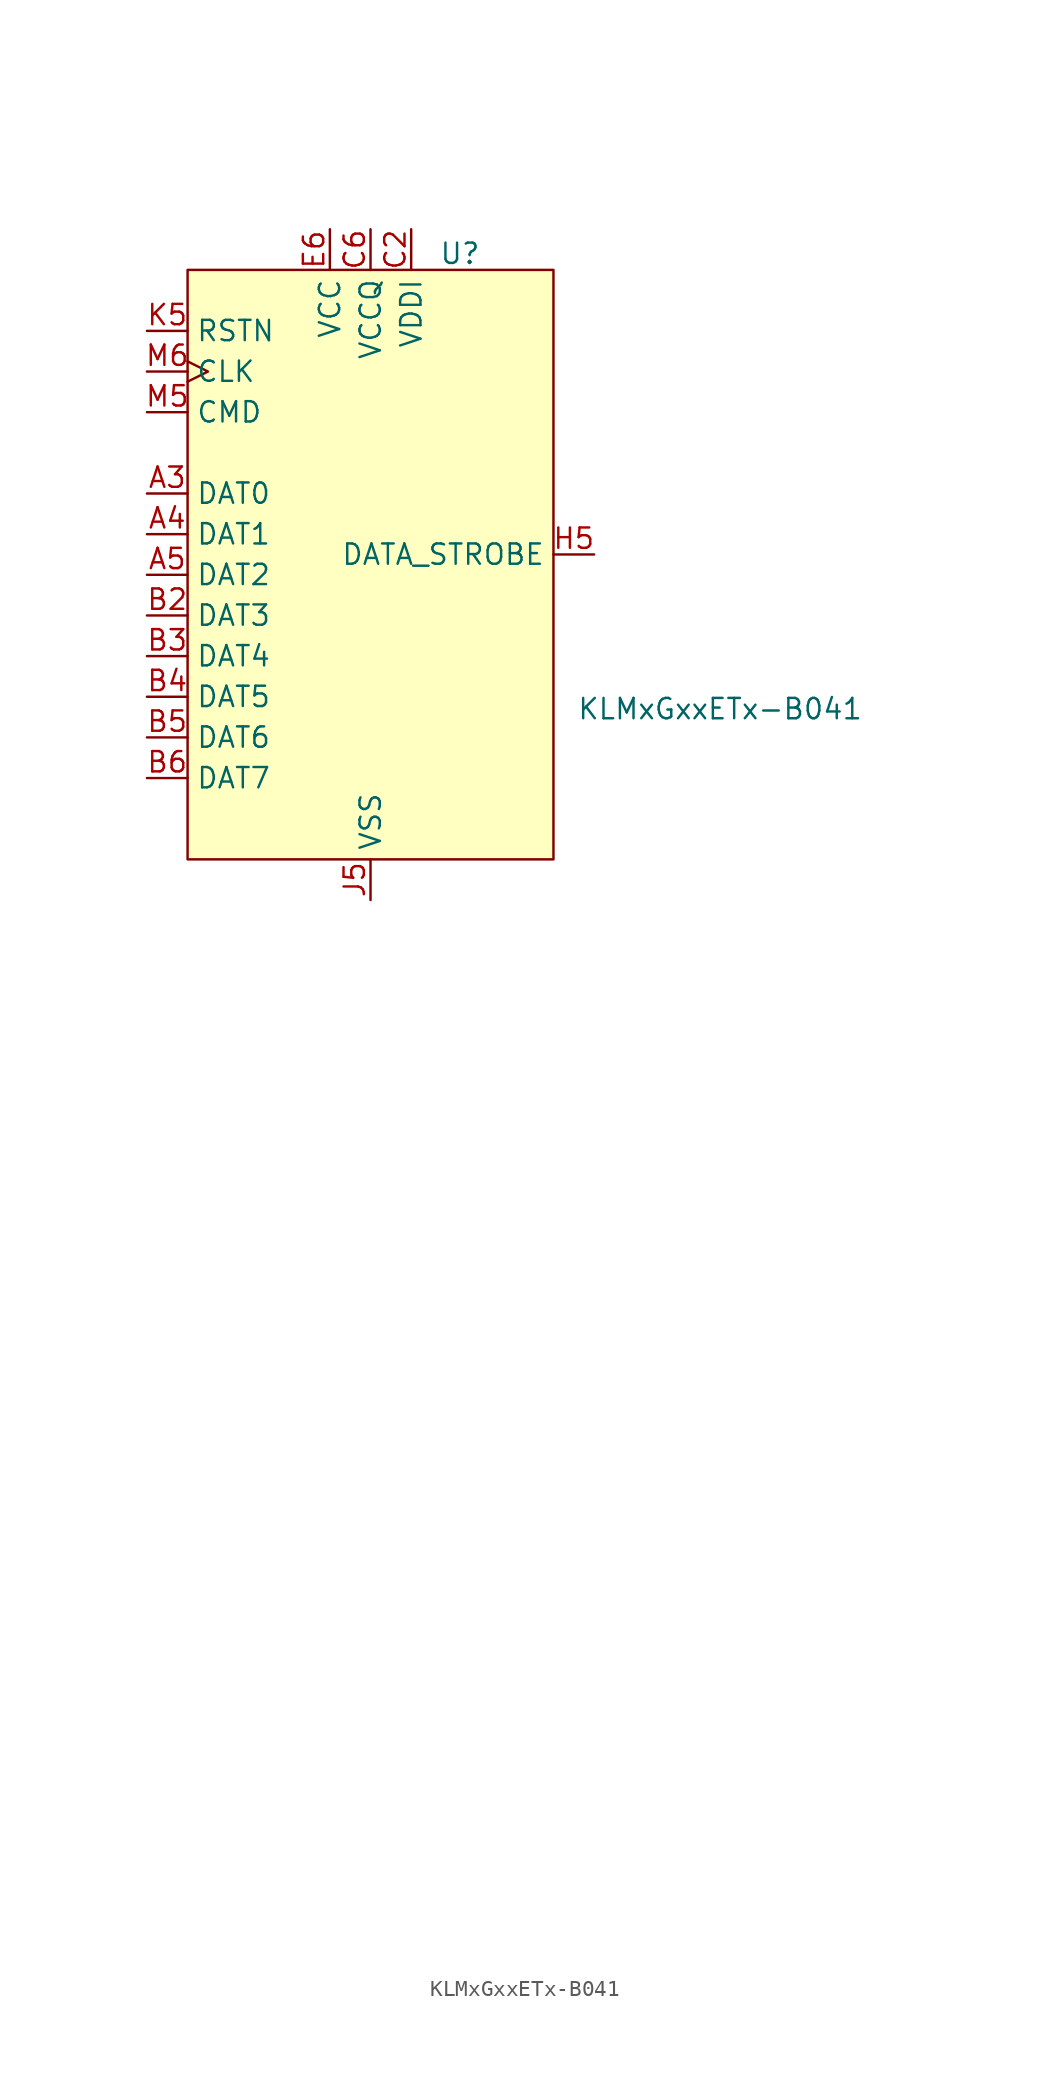
<source format=kicad_sym>
(kicad_symbol_lib
  (version 20231120)
  (generator "kicad_symbol_editor")
  (generator_version "8.0")
  (symbol "KLMxGxxETx-B041"
    (property "Reference" "U"
      (at 5.588 18.796 0)
      (effects (font (size 1.27 1.27))))
    (property "Value" "KLMxGxxETx-B041"
      (at 21.844 -9.652 0)
      (effects (font (size 1.27 1.27))))
    (symbol "KLMxGxxETx-B041_0_0"
      (pin bidirectional line (at -13.97 3.81 0) (length 2.54) (name "DAT0" (effects (font (size 1.27 1.27)))) (number "A3" (effects (font (size 1.27 1.27)))))
      (pin bidirectional line (at -13.97 1.27 0) (length 2.54) (name "DAT1" (effects (font (size 1.27 1.27)))) (number "A4" (effects (font (size 1.27 1.27)))))
      (pin bidirectional line (at -13.97 -1.27 0) (length 2.54) (name "DAT2" (effects (font (size 1.27 1.27)))) (number "A5" (effects (font (size 1.27 1.27)))))
      (pin bidirectional line (at -13.97 -3.81 0) (length 2.54) (name "DAT3" (effects (font (size 1.27 1.27)))) (number "B2" (effects (font (size 1.27 1.27)))))
      (pin bidirectional line (at -13.97 -6.35 0) (length 2.54) (name "DAT4" (effects (font (size 1.27 1.27)))) (number "B3" (effects (font (size 1.27 1.27)))))
      (pin bidirectional line (at -13.97 -8.89 0) (length 2.54) (name "DAT5" (effects (font (size 1.27 1.27)))) (number "B4" (effects (font (size 1.27 1.27)))))
      (pin bidirectional line (at -13.97 -11.43 0) (length 2.54) (name "DAT6" (effects (font (size 1.27 1.27)))) (number "B5" (effects (font (size 1.27 1.27)))))
      (pin bidirectional line (at -13.97 -13.97 0) (length 2.54) (name "DAT7" (effects (font (size 1.27 1.27)))) (number "B6" (effects (font (size 1.27 1.27)))))
      (pin power_in line (at 2.54 20.32 270) (length 2.54) (name "VDDI" (effects (font (size 1.27 1.27)))) (number "C2" (effects (font (size 1.27 1.27)))))
      (pin power_in line (at 0 20.32 270) (length 2.54) (name "VCCQ" (effects (font (size 1.27 1.27)))) (number "C6" (effects (font (size 1.27 1.27)))))
      (pin power_in line (at -2.54 20.32 270) (length 2.54) (name "VCC" (effects (font (size 1.27 1.27)))) (number "E6" (effects (font (size 1.27 1.27)))))
      (pin output line (at 13.97 0 180) (length 2.54) (name "DATA_STROBE" (effects (font (size 1.27 1.27)))) (number "H5" (effects (font (size 1.27 1.27)))))
      (pin power_in line (at 0 -21.59 90) (length 2.54) (name "VSS" (effects (font (size 1.27 1.27)))) (number "J5" (effects (font (size 1.27 1.27)))))
      (pin bidirectional line (at -13.97 13.97 0) (length 2.54) (name "RSTN" (effects (font (size 1.27 1.27)))) (number "K5" (effects (font (size 1.27 1.27)))))
      (pin bidirectional line (at -13.97 8.89 0) (length 2.54) (name "CMD" (effects (font (size 1.27 1.27)))) (number "M5" (effects (font (size 1.27 1.27)))))
      (pin input clock (at -13.97 11.43 0) (length 2.54) (name "CLK" (effects (font (size 1.27 1.27)))) (number "M6" (effects (font (size 1.27 1.27))))))
    (symbol "KLMxGxxETx-B041_1_0"
      (pin no_connect non_logic (at 0 -29.21 90) (length 2.54) hide (name "" (effects (font (size 1.27 1.27)))) (number "A1" (effects (font (size 1.27 1.27)))))
      (pin no_connect non_logic (at 0 -63.5 90) (length 2.54) hide (name "" (effects (font (size 1.27 1.27)))) (number "A10" (effects (font (size 1.27 1.27)))))
      (pin no_connect non_logic (at 0 -67.31 90) (length 2.54) hide (name "" (effects (font (size 1.27 1.27)))) (number "A11" (effects (font (size 1.27 1.27)))))
      (pin no_connect non_logic (at 0 -74.93 90) (length 2.54) hide (name "" (effects (font (size 1.27 1.27)))) (number "A12" (effects (font (size 1.27 1.27)))))
      (pin no_connect non_logic (at 0 -71.12 90) (length 2.54) hide (name "" (effects (font (size 1.27 1.27)))) (number "A13" (effects (font (size 1.27 1.27)))))
      (pin no_connect non_logic (at 0 -78.74 90) (length 2.54) hide (name "" (effects (font (size 1.27 1.27)))) (number "A14" (effects (font (size 1.27 1.27)))))
      (pin no_connect non_logic (at 0 -33.02 90) (length 2.54) hide (name "" (effects (font (size 1.27 1.27)))) (number "A2" (effects (font (size 1.27 1.27)))))
      (pin power_in line (at 0 -21.59 90) (length 2.54) hide (name "VSS" (effects (font (size 1.27 1.27)))) (number "A6" (effects (font (size 1.27 1.27)))))
      (pin free non_logic (at 0 -52.07 90) (length 2.54) hide (name "" (effects (font (size 1.27 1.27)))) (number "A7" (effects (font (size 1.27 1.27)))))
      (pin no_connect non_logic (at 0 -55.88 90) (length 2.54) hide (name "" (effects (font (size 1.27 1.27)))) (number "A8" (effects (font (size 1.27 1.27)))))
      (pin no_connect non_logic (at 0 -59.69 90) (length 2.54) hide (name "" (effects (font (size 1.27 1.27)))) (number "A9" (effects (font (size 1.27 1.27)))))
      (pin no_connect non_logic (at 2.54 -29.21 90) (length 2.54) hide (name "" (effects (font (size 1.27 1.27)))) (number "B1" (effects (font (size 1.27 1.27)))))
      (pin no_connect non_logic (at 2.54 -63.5 90) (length 2.54) hide (name "" (effects (font (size 1.27 1.27)))) (number "B10" (effects (font (size 1.27 1.27)))))
      (pin no_connect non_logic (at 2.54 -67.31 90) (length 2.54) hide (name "" (effects (font (size 1.27 1.27)))) (number "B11" (effects (font (size 1.27 1.27)))))
      (pin no_connect non_logic (at 2.54 -78.74 90) (length 2.54) hide (name "" (effects (font (size 1.27 1.27)))) (number "B12" (effects (font (size 1.27 1.27)))))
      (pin no_connect non_logic (at 2.54 -74.93 90) (length 2.54) hide (name "" (effects (font (size 1.27 1.27)))) (number "B13" (effects (font (size 1.27 1.27)))))
      (pin no_connect non_logic (at 2.54 -71.12 90) (length 2.54) hide (name "" (effects (font (size 1.27 1.27)))) (number "B14" (effects (font (size 1.27 1.27)))))
      (pin no_connect non_logic (at 2.54 -52.07 90) (length 2.54) hide (name "" (effects (font (size 1.27 1.27)))) (number "B7" (effects (font (size 1.27 1.27)))))
      (pin no_connect non_logic (at 2.54 -55.88 90) (length 2.54) hide (name "" (effects (font (size 1.27 1.27)))) (number "B8" (effects (font (size 1.27 1.27)))))
      (pin no_connect non_logic (at 2.54 -59.69 90) (length 2.54) hide (name "" (effects (font (size 1.27 1.27)))) (number "B9" (effects (font (size 1.27 1.27)))))
      (pin no_connect non_logic (at 5.08 -29.21 90) (length 2.54) hide (name "" (effects (font (size 1.27 1.27)))) (number "C1" (effects (font (size 1.27 1.27)))))
      (pin no_connect non_logic (at 5.08 -63.5 90) (length 2.54) hide (name "" (effects (font (size 1.27 1.27)))) (number "C10" (effects (font (size 1.27 1.27)))))
      (pin no_connect non_logic (at 5.08 -67.31 90) (length 2.54) hide (name "" (effects (font (size 1.27 1.27)))) (number "C11" (effects (font (size 1.27 1.27)))))
      (pin no_connect non_logic (at 5.08 -71.12 90) (length 2.54) hide (name "" (effects (font (size 1.27 1.27)))) (number "C12" (effects (font (size 1.27 1.27)))))
      (pin no_connect non_logic (at 5.08 -78.74 90) (length 2.54) hide (name "" (effects (font (size 1.27 1.27)))) (number "C13" (effects (font (size 1.27 1.27)))))
      (pin no_connect non_logic (at 5.08 -74.93 90) (length 2.54) hide (name "" (effects (font (size 1.27 1.27)))) (number "C14" (effects (font (size 1.27 1.27)))))
      (pin no_connect non_logic (at 5.08 -36.83 90) (length 2.54) hide (name "" (effects (font (size 1.27 1.27)))) (number "C3" (effects (font (size 1.27 1.27)))))
      (pin power_in line (at 0 -21.59 90) (length 2.54) hide (name "VSS" (effects (font (size 1.27 1.27)))) (number "C4" (effects (font (size 1.27 1.27)))))
      (pin no_connect non_logic (at 5.08 -44.45 90) (length 2.54) hide (name "" (effects (font (size 1.27 1.27)))) (number "C5" (effects (font (size 1.27 1.27)))))
      (pin no_connect non_logic (at 5.08 -52.07 90) (length 2.54) hide (name "" (effects (font (size 1.27 1.27)))) (number "C7" (effects (font (size 1.27 1.27)))))
      (pin no_connect non_logic (at 5.08 -55.88 90) (length 2.54) hide (name "" (effects (font (size 1.27 1.27)))) (number "C8" (effects (font (size 1.27 1.27)))))
      (pin no_connect non_logic (at 5.08 -59.69 90) (length 2.54) hide (name "" (effects (font (size 1.27 1.27)))) (number "C9" (effects (font (size 1.27 1.27)))))
      (pin no_connect non_logic (at 7.62 -29.21 90) (length 2.54) hide (name "" (effects (font (size 1.27 1.27)))) (number "D1" (effects (font (size 1.27 1.27)))))
      (pin no_connect non_logic (at 7.62 -74.93 90) (length 2.54) hide (name "" (effects (font (size 1.27 1.27)))) (number "D12" (effects (font (size 1.27 1.27)))))
      (pin no_connect non_logic (at 7.62 -78.74 90) (length 2.54) hide (name "" (effects (font (size 1.27 1.27)))) (number "D13" (effects (font (size 1.27 1.27)))))
      (pin no_connect non_logic (at 7.62 -71.12 90) (length 2.54) hide (name "" (effects (font (size 1.27 1.27)))) (number "D14" (effects (font (size 1.27 1.27)))))
      (pin no_connect non_logic (at 7.62 -33.02 90) (length 2.54) hide (name "" (effects (font (size 1.27 1.27)))) (number "D2" (effects (font (size 1.27 1.27)))))
      (pin no_connect non_logic (at 7.62 -36.83 90) (length 2.54) hide (name "" (effects (font (size 1.27 1.27)))) (number "D3" (effects (font (size 1.27 1.27)))))
      (pin no_connect non_logic (at 7.62 -40.64 90) (length 2.54) hide (name "" (effects (font (size 1.27 1.27)))) (number "D4" (effects (font (size 1.27 1.27)))))
      (pin no_connect non_logic (at 10.16 -29.21 90) (length 2.54) hide (name "" (effects (font (size 1.27 1.27)))) (number "E1" (effects (font (size 1.27 1.27)))))
      (pin free non_logic (at 10.16 -63.5 90) (length 2.54) hide (name "" (effects (font (size 1.27 1.27)))) (number "E10" (effects (font (size 1.27 1.27)))))
      (pin no_connect non_logic (at 10.16 -78.74 90) (length 2.54) hide (name "" (effects (font (size 1.27 1.27)))) (number "E12" (effects (font (size 1.27 1.27)))))
      (pin no_connect non_logic (at 10.16 -71.12 90) (length 2.54) hide (name "" (effects (font (size 1.27 1.27)))) (number "E13" (effects (font (size 1.27 1.27)))))
      (pin no_connect non_logic (at 10.16 -74.93 90) (length 2.54) hide (name "" (effects (font (size 1.27 1.27)))) (number "E14" (effects (font (size 1.27 1.27)))))
      (pin no_connect non_logic (at 10.16 -33.02 90) (length 2.54) hide (name "" (effects (font (size 1.27 1.27)))) (number "E2" (effects (font (size 1.27 1.27)))))
      (pin no_connect non_logic (at 10.16 -36.83 90) (length 2.54) hide (name "" (effects (font (size 1.27 1.27)))) (number "E3" (effects (font (size 1.27 1.27)))))
      (pin free non_logic (at 10.16 -44.45 90) (length 2.54) hide (name "" (effects (font (size 1.27 1.27)))) (number "E5" (effects (font (size 1.27 1.27)))))
      (pin power_in line (at 0 -21.59 90) (length 2.54) hide (name "VSS" (effects (font (size 1.27 1.27)))) (number "E7" (effects (font (size 1.27 1.27)))))
      (pin free non_logic (at 10.16 -55.88 90) (length 2.54) hide (name "" (effects (font (size 1.27 1.27)))) (number "E8" (effects (font (size 1.27 1.27)))))
      (pin free non_logic (at 10.16 -59.69 90) (length 2.54) hide (name "" (effects (font (size 1.27 1.27)))) (number "E9" (effects (font (size 1.27 1.27)))))
      (pin no_connect non_logic (at 12.7 -29.21 90) (length 2.54) hide (name "" (effects (font (size 1.27 1.27)))) (number "F1" (effects (font (size 1.27 1.27)))))
      (pin free non_logic (at 12.7 -63.5 90) (length 2.54) hide (name "" (effects (font (size 1.27 1.27)))) (number "F10" (effects (font (size 1.27 1.27)))))
      (pin no_connect non_logic (at 12.7 -71.12 90) (length 2.54) hide (name "" (effects (font (size 1.27 1.27)))) (number "F12" (effects (font (size 1.27 1.27)))))
      (pin no_connect non_logic (at 12.7 -78.74 90) (length 2.54) hide (name "" (effects (font (size 1.27 1.27)))) (number "F13" (effects (font (size 1.27 1.27)))))
      (pin no_connect non_logic (at 12.7 -74.93 90) (length 2.54) hide (name "" (effects (font (size 1.27 1.27)))) (number "F14" (effects (font (size 1.27 1.27)))))
      (pin no_connect non_logic (at 12.7 -33.02 90) (length 2.54) hide (name "" (effects (font (size 1.27 1.27)))) (number "F2" (effects (font (size 1.27 1.27)))))
      (pin no_connect non_logic (at 12.7 -36.83 90) (length 2.54) hide (name "" (effects (font (size 1.27 1.27)))) (number "F3" (effects (font (size 1.27 1.27)))))
      (pin power_in line (at -2.54 20.32 270) (length 2.54) hide (name "VCC" (effects (font (size 1.27 1.27)))) (number "F5" (effects (font (size 1.27 1.27)))))
      (pin no_connect non_logic (at 15.24 -29.21 90) (length 2.54) hide (name "" (effects (font (size 1.27 1.27)))) (number "G1" (effects (font (size 1.27 1.27)))))
      (pin free non_logic (at 15.24 -63.5 90) (length 2.54) hide (name "" (effects (font (size 1.27 1.27)))) (number "G10" (effects (font (size 1.27 1.27)))))
      (pin no_connect non_logic (at 15.24 -74.93 90) (length 2.54) hide (name "" (effects (font (size 1.27 1.27)))) (number "G12" (effects (font (size 1.27 1.27)))))
      (pin no_connect non_logic (at 15.24 -71.12 90) (length 2.54) hide (name "" (effects (font (size 1.27 1.27)))) (number "G13" (effects (font (size 1.27 1.27)))))
      (pin no_connect non_logic (at 15.24 -78.74 90) (length 2.54) hide (name "" (effects (font (size 1.27 1.27)))) (number "G14" (effects (font (size 1.27 1.27)))))
      (pin no_connect non_logic (at 15.24 -33.02 90) (length 2.54) hide (name "" (effects (font (size 1.27 1.27)))) (number "G2" (effects (font (size 1.27 1.27)))))
      (pin free non_logic (at 15.24 -36.83 90) (length 2.54) hide (name "" (effects (font (size 1.27 1.27)))) (number "G3" (effects (font (size 1.27 1.27)))))
      (pin power_in line (at 0 -21.59 90) (length 2.54) hide (name "VSS" (effects (font (size 1.27 1.27)))) (number "G5" (effects (font (size 1.27 1.27)))))
      (pin no_connect non_logic (at 17.78 -29.21 90) (length 2.54) hide (name "" (effects (font (size 1.27 1.27)))) (number "H1" (effects (font (size 1.27 1.27)))))
      (pin power_in line (at 0 -21.59 90) (length 2.54) hide (name "VSS" (effects (font (size 1.27 1.27)))) (number "H10" (effects (font (size 1.27 1.27)))))
      (pin no_connect non_logic (at 17.78 -71.12 90) (length 2.54) hide (name "" (effects (font (size 1.27 1.27)))) (number "H12" (effects (font (size 1.27 1.27)))))
      (pin no_connect non_logic (at 17.78 -78.74 90) (length 2.54) hide (name "" (effects (font (size 1.27 1.27)))) (number "H13" (effects (font (size 1.27 1.27)))))
      (pin no_connect non_logic (at 17.78 -74.93 90) (length 2.54) hide (name "" (effects (font (size 1.27 1.27)))) (number "H14" (effects (font (size 1.27 1.27)))))
      (pin no_connect non_logic (at 17.78 -33.02 90) (length 2.54) hide (name "" (effects (font (size 1.27 1.27)))) (number "H2" (effects (font (size 1.27 1.27)))))
      (pin no_connect non_logic (at 17.78 -36.83 90) (length 2.54) hide (name "" (effects (font (size 1.27 1.27)))) (number "H3" (effects (font (size 1.27 1.27)))))
      (pin no_connect non_logic (at 20.32 -29.21 90) (length 2.54) hide (name "" (effects (font (size 1.27 1.27)))) (number "J1" (effects (font (size 1.27 1.27)))))
      (pin power_in line (at -2.54 20.32 270) (length 2.54) hide (name "VCC" (effects (font (size 1.27 1.27)))) (number "J10" (effects (font (size 1.27 1.27)))))
      (pin no_connect non_logic (at 20.32 -78.74 90) (length 2.54) hide (name "" (effects (font (size 1.27 1.27)))) (number "J12" (effects (font (size 1.27 1.27)))))
      (pin no_connect non_logic (at 20.32 -71.12 90) (length 2.54) hide (name "" (effects (font (size 1.27 1.27)))) (number "J13" (effects (font (size 1.27 1.27)))))
      (pin no_connect non_logic (at 20.32 -74.93 90) (length 2.54) hide (name "" (effects (font (size 1.27 1.27)))) (number "J14" (effects (font (size 1.27 1.27)))))
      (pin no_connect non_logic (at 20.32 -33.02 90) (length 2.54) hide (name "" (effects (font (size 1.27 1.27)))) (number "J2" (effects (font (size 1.27 1.27)))))
      (pin no_connect non_logic (at 20.32 -36.83 90) (length 2.54) hide (name "" (effects (font (size 1.27 1.27)))) (number "J3" (effects (font (size 1.27 1.27)))))
      (pin no_connect non_logic (at 22.86 -29.21 90) (length 2.54) hide (name "" (effects (font (size 1.27 1.27)))) (number "K1" (effects (font (size 1.27 1.27)))))
      (pin free non_logic (at 22.86 -63.5 90) (length 2.54) hide (name "" (effects (font (size 1.27 1.27)))) (number "K10" (effects (font (size 1.27 1.27)))))
      (pin no_connect non_logic (at 22.86 -74.93 90) (length 2.54) hide (name "" (effects (font (size 1.27 1.27)))) (number "K12" (effects (font (size 1.27 1.27)))))
      (pin no_connect non_logic (at 22.86 -71.12 90) (length 2.54) hide (name "" (effects (font (size 1.27 1.27)))) (number "K13" (effects (font (size 1.27 1.27)))))
      (pin no_connect non_logic (at 22.86 -78.74 90) (length 2.54) hide (name "" (effects (font (size 1.27 1.27)))) (number "K14" (effects (font (size 1.27 1.27)))))
      (pin no_connect non_logic (at 22.86 -33.02 90) (length 2.54) hide (name "" (effects (font (size 1.27 1.27)))) (number "K2" (effects (font (size 1.27 1.27)))))
      (pin no_connect non_logic (at 22.86 -36.83 90) (length 2.54) hide (name "" (effects (font (size 1.27 1.27)))) (number "K3" (effects (font (size 1.27 1.27)))))
      (pin free non_logic (at 22.86 -48.26 90) (length 2.54) hide (name "" (effects (font (size 1.27 1.27)))) (number "K6" (effects (font (size 1.27 1.27)))))
      (pin free non_logic (at 22.86 -52.07 90) (length 2.54) hide (name "" (effects (font (size 1.27 1.27)))) (number "K7" (effects (font (size 1.27 1.27)))))
      (pin power_in line (at 0 -21.59 90) (length 2.54) hide (name "VSS" (effects (font (size 1.27 1.27)))) (number "K8" (effects (font (size 1.27 1.27)))))
      (pin power_in line (at -2.54 20.32 270) (length 2.54) hide (name "VCC" (effects (font (size 1.27 1.27)))) (number "K9" (effects (font (size 1.27 1.27)))))
      (pin no_connect non_logic (at 25.4 -29.21 90) (length 2.54) hide (name "" (effects (font (size 1.27 1.27)))) (number "L1" (effects (font (size 1.27 1.27)))))
      (pin no_connect non_logic (at 25.4 -74.93 90) (length 2.54) hide (name "" (effects (font (size 1.27 1.27)))) (number "L12" (effects (font (size 1.27 1.27)))))
      (pin no_connect non_logic (at 25.4 -78.74 90) (length 2.54) hide (name "" (effects (font (size 1.27 1.27)))) (number "L13" (effects (font (size 1.27 1.27)))))
      (pin no_connect non_logic (at 25.4 -71.12 90) (length 2.54) hide (name "" (effects (font (size 1.27 1.27)))) (number "L14" (effects (font (size 1.27 1.27)))))
      (pin no_connect non_logic (at 25.4 -33.02 90) (length 2.54) hide (name "" (effects (font (size 1.27 1.27)))) (number "L2" (effects (font (size 1.27 1.27)))))
      (pin no_connect non_logic (at 25.4 -36.83 90) (length 2.54) hide (name "" (effects (font (size 1.27 1.27)))) (number "L3" (effects (font (size 1.27 1.27)))))
      (pin no_connect non_logic (at 27.94 -29.21 90) (length 2.54) hide (name "" (effects (font (size 1.27 1.27)))) (number "M1" (effects (font (size 1.27 1.27)))))
      (pin no_connect non_logic (at 27.94 -63.5 90) (length 2.54) hide (name "" (effects (font (size 1.27 1.27)))) (number "M10" (effects (font (size 1.27 1.27)))))
      (pin no_connect non_logic (at 27.94 -67.31 90) (length 2.54) hide (name "" (effects (font (size 1.27 1.27)))) (number "M11" (effects (font (size 1.27 1.27)))))
      (pin no_connect non_logic (at 27.94 -78.74 90) (length 2.54) hide (name "" (effects (font (size 1.27 1.27)))) (number "M12" (effects (font (size 1.27 1.27)))))
      (pin no_connect non_logic (at 27.94 -74.93 90) (length 2.54) hide (name "" (effects (font (size 1.27 1.27)))) (number "M13" (effects (font (size 1.27 1.27)))))
      (pin no_connect non_logic (at 27.94 -71.12 90) (length 2.54) hide (name "" (effects (font (size 1.27 1.27)))) (number "M14" (effects (font (size 1.27 1.27)))))
      (pin no_connect non_logic (at 27.94 -33.02 90) (length 2.54) hide (name "" (effects (font (size 1.27 1.27)))) (number "M2" (effects (font (size 1.27 1.27)))))
      (pin no_connect non_logic (at 27.94 -36.83 90) (length 2.54) hide (name "" (effects (font (size 1.27 1.27)))) (number "M3" (effects (font (size 1.27 1.27)))))
      (pin power_in line (at 0 20.32 270) (length 2.54) hide (name "VCCQ" (effects (font (size 1.27 1.27)))) (number "M4" (effects (font (size 1.27 1.27)))))
      (pin no_connect non_logic (at 27.94 -52.07 90) (length 2.54) hide (name "" (effects (font (size 1.27 1.27)))) (number "M7" (effects (font (size 1.27 1.27)))))
      (pin no_connect non_logic (at 27.94 -55.88 90) (length 2.54) hide (name "" (effects (font (size 1.27 1.27)))) (number "M8" (effects (font (size 1.27 1.27)))))
      (pin no_connect non_logic (at 27.94 -59.69 90) (length 2.54) hide (name "" (effects (font (size 1.27 1.27)))) (number "M9" (effects (font (size 1.27 1.27)))))
      (pin no_connect non_logic (at 30.48 -29.21 90) (length 2.54) hide (name "" (effects (font (size 1.27 1.27)))) (number "N1" (effects (font (size 1.27 1.27)))))
      (pin no_connect non_logic (at 30.48 -63.5 90) (length 2.54) hide (name "" (effects (font (size 1.27 1.27)))) (number "N10" (effects (font (size 1.27 1.27)))))
      (pin no_connect non_logic (at 30.48 -67.31 90) (length 2.54) hide (name "" (effects (font (size 1.27 1.27)))) (number "N11" (effects (font (size 1.27 1.27)))))
      (pin no_connect non_logic (at 30.48 -78.74 90) (length 2.54) hide (name "" (effects (font (size 1.27 1.27)))) (number "N12" (effects (font (size 1.27 1.27)))))
      (pin no_connect non_logic (at 30.48 -71.12 90) (length 2.54) hide (name "" (effects (font (size 1.27 1.27)))) (number "N13" (effects (font (size 1.27 1.27)))))
      (pin no_connect non_logic (at 30.48 -74.93 90) (length 2.54) hide (name "" (effects (font (size 1.27 1.27)))) (number "N14" (effects (font (size 1.27 1.27)))))
      (pin power_in line (at 0 -21.59 90) (length 2.54) hide (name "VSS" (effects (font (size 1.27 1.27)))) (number "N2" (effects (font (size 1.27 1.27)))))
      (pin no_connect non_logic (at 30.48 -36.83 90) (length 2.54) hide (name "" (effects (font (size 1.27 1.27)))) (number "N3" (effects (font (size 1.27 1.27)))))
      (pin power_in line (at 0 20.32 270) (length 2.54) hide (name "VCCQ" (effects (font (size 1.27 1.27)))) (number "N4" (effects (font (size 1.27 1.27)))))
      (pin power_in line (at 0 -21.59 90) (length 2.54) hide (name "VSS" (effects (font (size 1.27 1.27)))) (number "N5" (effects (font (size 1.27 1.27)))))
      (pin no_connect non_logic (at 30.48 -48.26 90) (length 2.54) hide (name "" (effects (font (size 1.27 1.27)))) (number "N6" (effects (font (size 1.27 1.27)))))
      (pin no_connect non_logic (at 30.48 -52.07 90) (length 2.54) hide (name "" (effects (font (size 1.27 1.27)))) (number "N7" (effects (font (size 1.27 1.27)))))
      (pin no_connect non_logic (at 30.48 -55.88 90) (length 2.54) hide (name "" (effects (font (size 1.27 1.27)))) (number "N8" (effects (font (size 1.27 1.27)))))
      (pin no_connect non_logic (at 30.48 -59.69 90) (length 2.54) hide (name "" (effects (font (size 1.27 1.27)))) (number "N9" (effects (font (size 1.27 1.27)))))
      (pin no_connect non_logic (at 33.02 -29.21 90) (length 2.54) hide (name "" (effects (font (size 1.27 1.27)))) (number "P1" (effects (font (size 1.27 1.27)))))
      (pin no_connect non_logic (at 33.02 -63.5 90) (length 2.54) hide (name "" (effects (font (size 1.27 1.27)))) (number "P10" (effects (font (size 1.27 1.27)))))
      (pin no_connect non_logic (at 33.02 -67.31 90) (length 2.54) hide (name "" (effects (font (size 1.27 1.27)))) (number "P11" (effects (font (size 1.27 1.27)))))
      (pin no_connect non_logic (at 33.02 -74.93 90) (length 2.54) hide (name "" (effects (font (size 1.27 1.27)))) (number "P12" (effects (font (size 1.27 1.27)))))
      (pin no_connect non_logic (at 33.02 -78.74 90) (length 2.54) hide (name "" (effects (font (size 1.27 1.27)))) (number "P13" (effects (font (size 1.27 1.27)))))
      (pin no_connect non_logic (at 33.02 -71.12 90) (length 2.54) hide (name "" (effects (font (size 1.27 1.27)))) (number "P14" (effects (font (size 1.27 1.27)))))
      (pin no_connect non_logic (at 33.02 -33.02 90) (length 2.54) hide (name "" (effects (font (size 1.27 1.27)))) (number "P2" (effects (font (size 1.27 1.27)))))
      (pin power_in line (at 0 20.32 270) (length 2.54) hide (name "VCCQ" (effects (font (size 1.27 1.27)))) (number "P3" (effects (font (size 1.27 1.27)))))
      (pin power_in line (at 0 -21.59 90) (length 2.54) hide (name "VSS" (effects (font (size 1.27 1.27)))) (number "P4" (effects (font (size 1.27 1.27)))))
      (pin power_in line (at 0 20.32 270) (length 2.54) hide (name "VCCQ" (effects (font (size 1.27 1.27)))) (number "P5" (effects (font (size 1.27 1.27)))))
      (pin power_in line (at 0 -21.59 90) (length 2.54) hide (name "VSS" (effects (font (size 1.27 1.27)))) (number "P6" (effects (font (size 1.27 1.27)))))
      (pin no_connect non_logic (at 33.02 -52.07 90) (length 2.54) hide (name "" (effects (font (size 1.27 1.27)))) (number "P7" (effects (font (size 1.27 1.27)))))
      (pin no_connect non_logic (at 33.02 -55.88 90) (length 2.54) hide (name "" (effects (font (size 1.27 1.27)))) (number "P8" (effects (font (size 1.27 1.27)))))
      (pin no_connect non_logic (at 33.02 -59.69 90) (length 2.54) hide (name "" (effects (font (size 1.27 1.27)))) (number "P9" (effects (font (size 1.27 1.27))))))
    (symbol "KLMxGxxETx-B041_1_1"
      (rectangle (start -11.43 17.78) (end 11.43 -19.05) (stroke (width 0) (type default)) (fill (type background))))))
</source>
